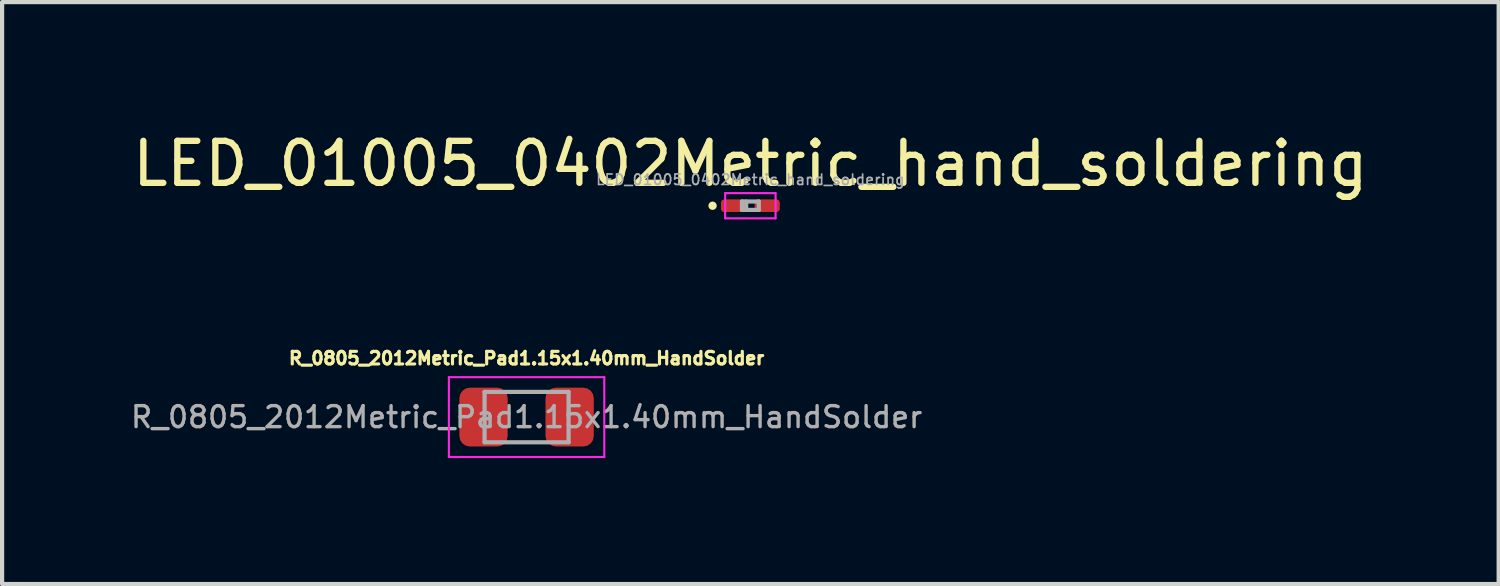
<source format=kicad_pcb>
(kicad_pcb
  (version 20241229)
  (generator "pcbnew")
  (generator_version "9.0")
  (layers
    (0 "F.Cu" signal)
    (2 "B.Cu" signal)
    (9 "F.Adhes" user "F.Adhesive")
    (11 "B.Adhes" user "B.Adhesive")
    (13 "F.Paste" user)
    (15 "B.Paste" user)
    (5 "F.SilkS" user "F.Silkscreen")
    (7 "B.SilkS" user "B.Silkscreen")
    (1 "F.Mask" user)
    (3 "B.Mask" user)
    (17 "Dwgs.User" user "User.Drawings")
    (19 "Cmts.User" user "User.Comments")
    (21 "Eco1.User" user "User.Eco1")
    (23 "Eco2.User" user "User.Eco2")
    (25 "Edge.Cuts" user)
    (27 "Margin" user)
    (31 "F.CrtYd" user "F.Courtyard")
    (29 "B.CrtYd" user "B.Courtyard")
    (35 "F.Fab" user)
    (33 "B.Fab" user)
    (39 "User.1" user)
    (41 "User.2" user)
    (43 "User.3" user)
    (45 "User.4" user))
  (footprint "R_0805_2012Metric_Pad1.15x1.40mm_HandSolder"
    (layer "F.Cu")
    (at 9.487 6.88)
    (property "Reference" "R_0805_2012Metric_Pad1.15x1.40mm_HandSolder" (at 0 -1.4 0) (layer "F.SilkS") (effects (font (size 0.3 0.3) (thickness 0.075))))
    (attr smd)
    (fp_line (start -1.85 -0.95) (end 1.85 -0.95) (stroke (width 0.05) (type solid)) (layer "F.CrtYd"))
    (fp_line (start -1.85 0.95) (end -1.85 -0.95) (stroke (width 0.05) (type solid)) (layer "F.CrtYd"))
    (fp_line (start 1.85 -0.95) (end 1.85 0.95) (stroke (width 0.05) (type solid)) (layer "F.CrtYd"))
    (fp_line (start 1.85 0.95) (end -1.85 0.95) (stroke (width 0.05) (type solid)) (layer "F.CrtYd"))
    (fp_line (start -1 -0.6) (end 1 -0.6) (stroke (width 0.1) (type solid)) (layer "F.Fab"))
    (fp_line (start -1 0.6) (end -1 -0.6) (stroke (width 0.1) (type solid)) (layer "F.Fab"))
    (fp_line (start 1 -0.6) (end 1 0.6) (stroke (width 0.1) (type solid)) (layer "F.Fab"))
    (fp_line (start 1 0.6) (end -1 0.6) (stroke (width 0.1) (type solid)) (layer "F.Fab"))
    (fp_text user "${REFERENCE}" (at 0 0 0) (layer "F.Fab") (effects (font (size 0.5 0.5) (thickness 0.08))))
    (pad "1" smd roundrect (at -1.025 0) (size 1.15 1.4) (layers "F.Cu" "F.Mask" "F.Paste") (roundrect_rratio 0.217))
    (pad "2" smd roundrect (at 1.025 0) (size 1.15 1.4) (layers "F.Cu" "F.Mask" "F.Paste") (roundrect_rratio 0.217)))
  (footprint "LED_01005_0402Metric_hand_soldering"
    (layer "F.Cu")
    (at 14.815 1.848)
    (property "Reference" "LED_01005_0402Metric_hand_soldering" (at 0 -1 0) (layer "F.SilkS") (effects (font (size 1 1) (thickness 0.15))))
    (attr smd)
    (fp_circle (center -0.9 0) (end -0.85 0) (stroke (width 0.1) (type solid)) (fill no) (layer "F.SilkS"))
    (fp_line (start -0.6 -0.3) (end 0.6 -0.3) (stroke (width 0.05) (type solid)) (layer "F.CrtYd"))
    (fp_line (start -0.6 0.3) (end -0.6 -0.3) (stroke (width 0.05) (type solid)) (layer "F.CrtYd"))
    (fp_line (start 0.6 -0.3) (end 0.6 0.3) (stroke (width 0.05) (type solid)) (layer "F.CrtYd"))
    (fp_line (start 0.6 0.3) (end -0.6 0.3) (stroke (width 0.05) (type solid)) (layer "F.CrtYd"))
    (fp_line (start -0.2 -0.1) (end 0.2 -0.1) (stroke (width 0.1) (type solid)) (layer "F.Fab"))
    (fp_line (start -0.2 0.1) (end -0.2 -0.1) (stroke (width 0.1) (type solid)) (layer "F.Fab"))
    (fp_line (start -0.1 0.1) (end -0.1 -0.1) (stroke (width 0.1) (type solid)) (layer "F.Fab"))
    (fp_line (start 0.2 -0.1) (end 0.2 0.1) (stroke (width 0.1) (type solid)) (layer "F.Fab"))
    (fp_line (start 0.2 0.1) (end -0.2 0.1) (stroke (width 0.1) (type solid)) (layer "F.Fab"))
    (fp_text user "${REFERENCE}" (at 0 -0.62 0) (layer "F.Fab") (effects (font (size 0.25 0.25) (thickness 0.04))))
    (pad "" smd roundrect (at -0.275 0) (size 0.27 0.27) (layers "F.Paste") (roundrect_rratio 0.25))
    (pad "" smd roundrect (at 0.275 0) (size 0.27 0.27) (layers "F.Paste") (roundrect_rratio 0.25))
    (pad "1" smd roundrect (at -0.4 0) (size 0.6 0.3) (layers "F.Cu" "F.Mask") (roundrect_rratio 0.25))
    (pad "2" smd roundrect (at 0.4 0) (size 0.6 0.3) (layers "F.Cu" "F.Mask") (roundrect_rratio 0.25)))
  (gr_rect
    (start -3 -3)
    (end 32.631 10.855)
    (stroke (width 0.1) (type default))
    (fill no)
    (layer "Edge.Cuts")))
</source>
